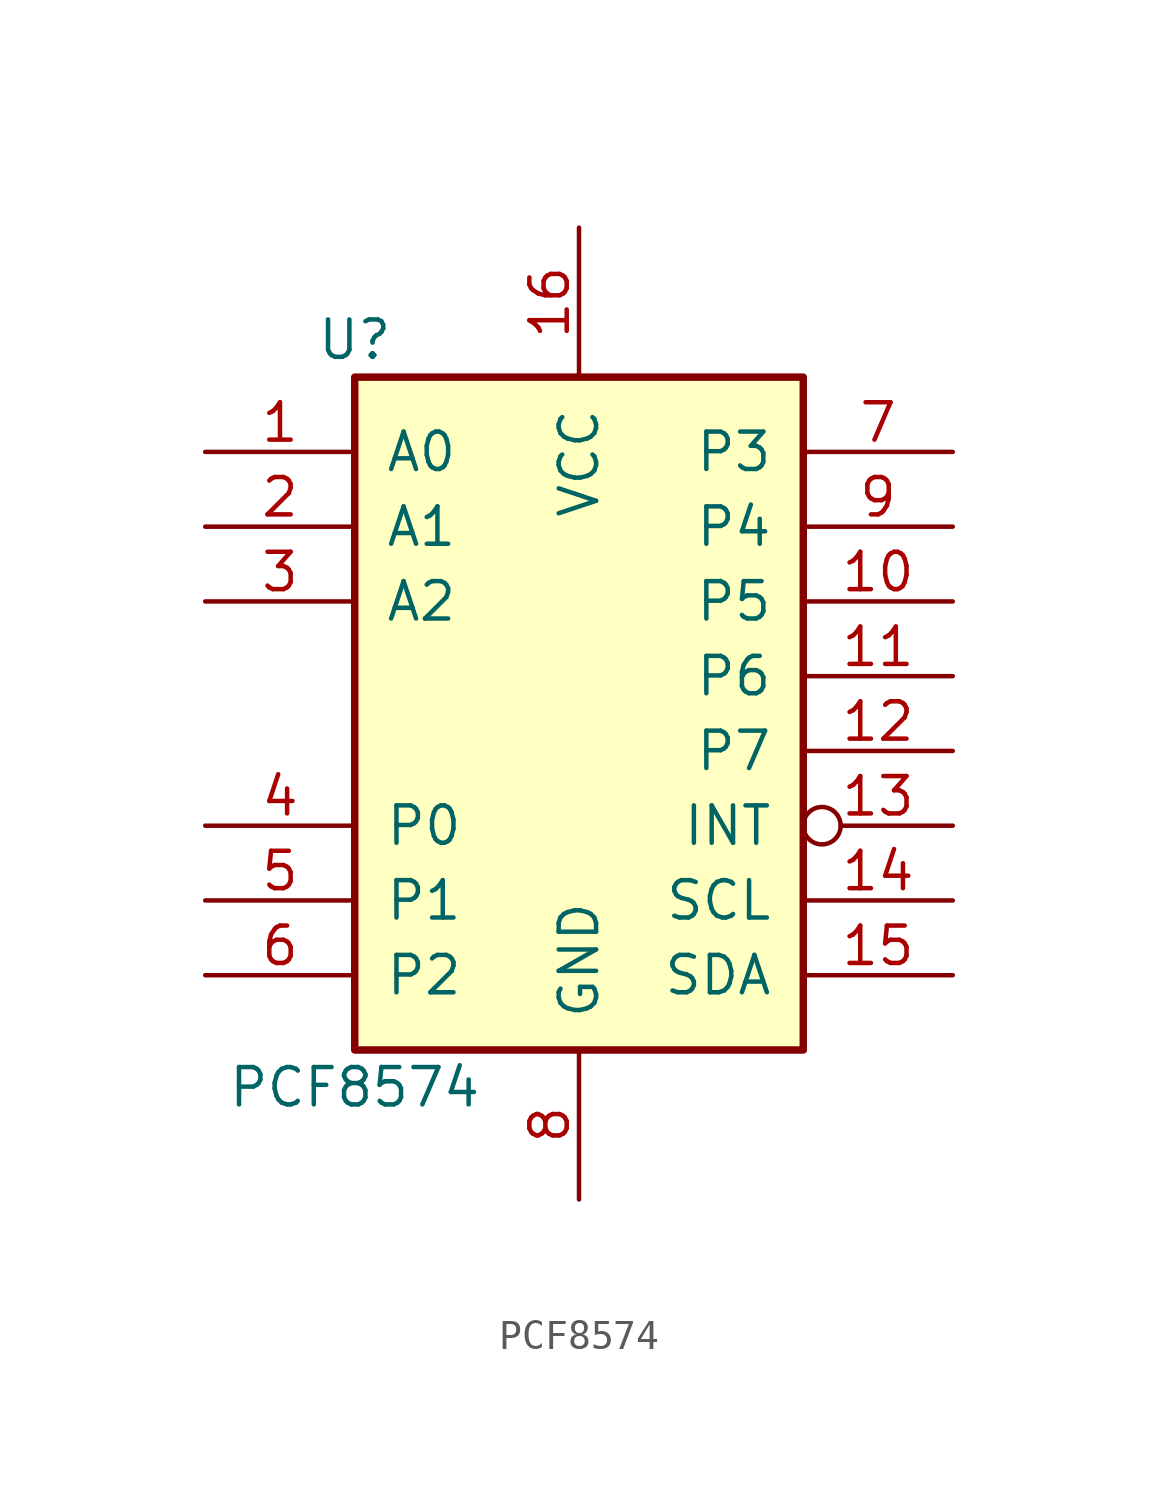
<source format=kicad_sym>
(kicad_symbol_lib
  (version 20211014)
  (generator kicad_symbol_editor)
  (symbol "PCF8574"
    (pin_names
      (offset 1.016))
    (property "Reference" "U"
      (at -7.62 11.43 0)
      (effects (font (size 1.27 1.27))))
    (property "Value" "PCF8574"
      (at -7.62 -13.97 0)
      (effects (font (size 1.27 1.27))))
    (property "ki_locked" ""
      (at 0 0 0)
      (effects (font (size 1.27 1.27))))
    (symbol "PCF8574_1_0"
      (pin input line (at -12.7 7.62 0) (length 5.08) (name "A0" (effects (font (size 1.27 1.27)))) (number "1" (effects (font (size 1.27 1.27)))))
      (pin bidirectional line (at 12.7 2.54 180) (length 5.08) (name "P5" (effects (font (size 1.27 1.27)))) (number "10" (effects (font (size 1.27 1.27)))))
      (pin bidirectional line (at 12.7 0 180) (length 5.08) (name "P6" (effects (font (size 1.27 1.27)))) (number "11" (effects (font (size 1.27 1.27)))))
      (pin bidirectional line (at 12.7 -2.54 180) (length 5.08) (name "P7" (effects (font (size 1.27 1.27)))) (number "12" (effects (font (size 1.27 1.27)))))
      (pin output inverted (at 12.7 -5.08 180) (length 5.08) (name "INT" (effects (font (size 1.27 1.27)))) (number "13" (effects (font (size 1.27 1.27)))))
      (pin input line (at 12.7 -7.62 180) (length 5.08) (name "SCL" (effects (font (size 1.27 1.27)))) (number "14" (effects (font (size 1.27 1.27)))))
      (pin input line (at 12.7 -10.16 180) (length 5.08) (name "SDA" (effects (font (size 1.27 1.27)))) (number "15" (effects (font (size 1.27 1.27)))))
      (pin power_in line (at 0 15.24 270) (length 5.08) (name "VCC" (effects (font (size 1.27 1.27)))) (number "16" (effects (font (size 1.27 1.27)))))
      (pin input line (at -12.7 5.08 0) (length 5.08) (name "A1" (effects (font (size 1.27 1.27)))) (number "2" (effects (font (size 1.27 1.27)))))
      (pin input line (at -12.7 2.54 0) (length 5.08) (name "A2" (effects (font (size 1.27 1.27)))) (number "3" (effects (font (size 1.27 1.27)))))
      (pin bidirectional line (at -12.7 -5.08 0) (length 5.08) (name "P0" (effects (font (size 1.27 1.27)))) (number "4" (effects (font (size 1.27 1.27)))))
      (pin bidirectional line (at -12.7 -7.62 0) (length 5.08) (name "P1" (effects (font (size 1.27 1.27)))) (number "5" (effects (font (size 1.27 1.27)))))
      (pin bidirectional line (at -12.7 -10.16 0) (length 5.08) (name "P2" (effects (font (size 1.27 1.27)))) (number "6" (effects (font (size 1.27 1.27)))))
      (pin bidirectional line (at 12.7 7.62 180) (length 5.08) (name "P3" (effects (font (size 1.27 1.27)))) (number "7" (effects (font (size 1.27 1.27)))))
      (pin power_in line (at 0 -17.78 90) (length 5.08) (name "GND" (effects (font (size 1.27 1.27)))) (number "8" (effects (font (size 1.27 1.27)))))
      (pin bidirectional line (at 12.7 5.08 180) (length 5.08) (name "P4" (effects (font (size 1.27 1.27)))) (number "9" (effects (font (size 1.27 1.27))))))
    (symbol "PCF8574_1_1"
      (rectangle (start -7.62 10.16) (end 7.62 -12.7) (stroke (width 0.254) (type default) (color 0 0 0 0)) (fill (type background))))))
</source>
